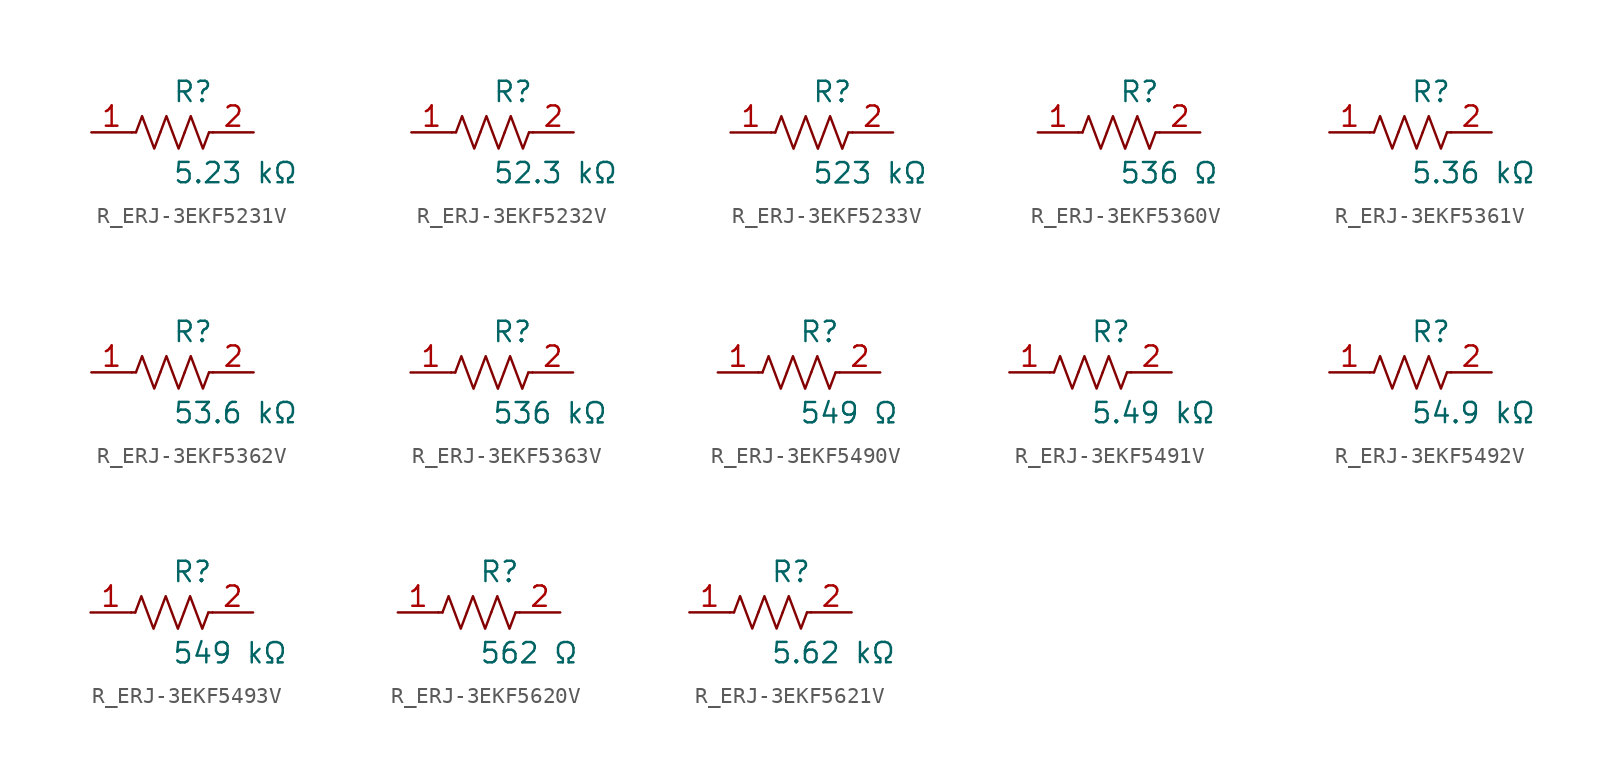
<source format=kicad_sym>
(kicad_symbol_lib
  (version 20231120)
  (generator "kicad_symbol_editor")
  (generator_version "8.0")
  (symbol "R_ERJ-3EKF5231V"
    (pin_names
      (offset 0.254))
    (property "Reference" "R"
      (at 0 2.54 0)
      (effects (font (size 1.27 1.27)) (justify left)))
    (property "Value" "5.23 kΩ"
      (at 0 -2.54 0)
      (effects (font (size 1.27 1.27)) (justify left)))
    (symbol "R_ERJ-3EKF5231V_0_1"
      (polyline (pts (xy 2.286 0) (xy 2.54 0)) (stroke (width 0) (type default)) (fill (type none)))
      (polyline (pts (xy -2.286 0) (xy -2.54 0)) (stroke (width 0) (type default)) (fill (type none)))
      (polyline (pts (xy 0.762 0) (xy 1.143 1.016) (xy 1.524 0) (xy 1.905 -1.016) (xy 2.286 0)) (stroke (width 0) (type default)) (fill (type none)))
      (polyline (pts (xy -0.762 0) (xy -0.381 1.016) (xy 0 0) (xy 0.381 -1.016) (xy 0.762 0)) (stroke (width 0) (type default)) (fill (type none)))
      (polyline (pts (xy -2.286 0) (xy -1.905 1.016) (xy -1.524 0) (xy -1.143 -1.016) (xy -0.762 0)) (stroke (width 0) (type default)) (fill (type none))))
    (pin unspecified line
      (at -5.08 0 0)
      (length 2.54)
      (name "" (effects (font (size 1.27 1.27))))
      (number "1" (effects (font (size 1.27 1.27)))))
    (pin unspecified line
      (at 5.08 0 180)
      (length 2.54)
      (name "" (effects (font (size 1.27 1.27))))
      (number "2" (effects (font (size 1.27 1.27))))))
  (symbol "R_ERJ-3EKF5232V"
    (pin_names
      (offset 0.254))
    (property "Reference" "R"
      (at 0 2.54 0)
      (effects (font (size 1.27 1.27)) (justify left)))
    (property "Value" "52.3 kΩ"
      (at 0 -2.54 0)
      (effects (font (size 1.27 1.27)) (justify left)))
    (symbol "R_ERJ-3EKF5232V_0_1"
      (polyline (pts (xy 2.286 0) (xy 2.54 0)) (stroke (width 0) (type default)) (fill (type none)))
      (polyline (pts (xy -2.286 0) (xy -2.54 0)) (stroke (width 0) (type default)) (fill (type none)))
      (polyline (pts (xy 0.762 0) (xy 1.143 1.016) (xy 1.524 0) (xy 1.905 -1.016) (xy 2.286 0)) (stroke (width 0) (type default)) (fill (type none)))
      (polyline (pts (xy -0.762 0) (xy -0.381 1.016) (xy 0 0) (xy 0.381 -1.016) (xy 0.762 0)) (stroke (width 0) (type default)) (fill (type none)))
      (polyline (pts (xy -2.286 0) (xy -1.905 1.016) (xy -1.524 0) (xy -1.143 -1.016) (xy -0.762 0)) (stroke (width 0) (type default)) (fill (type none))))
    (pin unspecified line
      (at -5.08 0 0)
      (length 2.54)
      (name "" (effects (font (size 1.27 1.27))))
      (number "1" (effects (font (size 1.27 1.27)))))
    (pin unspecified line
      (at 5.08 0 180)
      (length 2.54)
      (name "" (effects (font (size 1.27 1.27))))
      (number "2" (effects (font (size 1.27 1.27))))))
  (symbol "R_ERJ-3EKF5233V"
    (pin_names
      (offset 0.254))
    (property "Reference" "R"
      (at 0 2.54 0)
      (effects (font (size 1.27 1.27)) (justify left)))
    (property "Value" "523 kΩ"
      (at 0 -2.54 0)
      (effects (font (size 1.27 1.27)) (justify left)))
    (symbol "R_ERJ-3EKF5233V_0_1"
      (polyline (pts (xy 2.286 0) (xy 2.54 0)) (stroke (width 0) (type default)) (fill (type none)))
      (polyline (pts (xy -2.286 0) (xy -2.54 0)) (stroke (width 0) (type default)) (fill (type none)))
      (polyline (pts (xy 0.762 0) (xy 1.143 1.016) (xy 1.524 0) (xy 1.905 -1.016) (xy 2.286 0)) (stroke (width 0) (type default)) (fill (type none)))
      (polyline (pts (xy -0.762 0) (xy -0.381 1.016) (xy 0 0) (xy 0.381 -1.016) (xy 0.762 0)) (stroke (width 0) (type default)) (fill (type none)))
      (polyline (pts (xy -2.286 0) (xy -1.905 1.016) (xy -1.524 0) (xy -1.143 -1.016) (xy -0.762 0)) (stroke (width 0) (type default)) (fill (type none))))
    (pin unspecified line
      (at -5.08 0 0)
      (length 2.54)
      (name "" (effects (font (size 1.27 1.27))))
      (number "1" (effects (font (size 1.27 1.27)))))
    (pin unspecified line
      (at 5.08 0 180)
      (length 2.54)
      (name "" (effects (font (size 1.27 1.27))))
      (number "2" (effects (font (size 1.27 1.27))))))
  (symbol "R_ERJ-3EKF5360V"
    (pin_names
      (offset 0.254))
    (property "Reference" "R"
      (at 0 2.54 0)
      (effects (font (size 1.27 1.27)) (justify left)))
    (property "Value" "536 Ω"
      (at 0 -2.54 0)
      (effects (font (size 1.27 1.27)) (justify left)))
    (symbol "R_ERJ-3EKF5360V_0_1"
      (polyline (pts (xy 2.286 0) (xy 2.54 0)) (stroke (width 0) (type default)) (fill (type none)))
      (polyline (pts (xy -2.286 0) (xy -2.54 0)) (stroke (width 0) (type default)) (fill (type none)))
      (polyline (pts (xy 0.762 0) (xy 1.143 1.016) (xy 1.524 0) (xy 1.905 -1.016) (xy 2.286 0)) (stroke (width 0) (type default)) (fill (type none)))
      (polyline (pts (xy -0.762 0) (xy -0.381 1.016) (xy 0 0) (xy 0.381 -1.016) (xy 0.762 0)) (stroke (width 0) (type default)) (fill (type none)))
      (polyline (pts (xy -2.286 0) (xy -1.905 1.016) (xy -1.524 0) (xy -1.143 -1.016) (xy -0.762 0)) (stroke (width 0) (type default)) (fill (type none))))
    (pin unspecified line
      (at -5.08 0 0)
      (length 2.54)
      (name "" (effects (font (size 1.27 1.27))))
      (number "1" (effects (font (size 1.27 1.27)))))
    (pin unspecified line
      (at 5.08 0 180)
      (length 2.54)
      (name "" (effects (font (size 1.27 1.27))))
      (number "2" (effects (font (size 1.27 1.27))))))
  (symbol "R_ERJ-3EKF5361V"
    (pin_names
      (offset 0.254))
    (property "Reference" "R"
      (at 0 2.54 0)
      (effects (font (size 1.27 1.27)) (justify left)))
    (property "Value" "5.36 kΩ"
      (at 0 -2.54 0)
      (effects (font (size 1.27 1.27)) (justify left)))
    (symbol "R_ERJ-3EKF5361V_0_1"
      (polyline (pts (xy 2.286 0) (xy 2.54 0)) (stroke (width 0) (type default)) (fill (type none)))
      (polyline (pts (xy -2.286 0) (xy -2.54 0)) (stroke (width 0) (type default)) (fill (type none)))
      (polyline (pts (xy 0.762 0) (xy 1.143 1.016) (xy 1.524 0) (xy 1.905 -1.016) (xy 2.286 0)) (stroke (width 0) (type default)) (fill (type none)))
      (polyline (pts (xy -0.762 0) (xy -0.381 1.016) (xy 0 0) (xy 0.381 -1.016) (xy 0.762 0)) (stroke (width 0) (type default)) (fill (type none)))
      (polyline (pts (xy -2.286 0) (xy -1.905 1.016) (xy -1.524 0) (xy -1.143 -1.016) (xy -0.762 0)) (stroke (width 0) (type default)) (fill (type none))))
    (pin unspecified line
      (at -5.08 0 0)
      (length 2.54)
      (name "" (effects (font (size 1.27 1.27))))
      (number "1" (effects (font (size 1.27 1.27)))))
    (pin unspecified line
      (at 5.08 0 180)
      (length 2.54)
      (name "" (effects (font (size 1.27 1.27))))
      (number "2" (effects (font (size 1.27 1.27))))))
  (symbol "R_ERJ-3EKF5362V"
    (pin_names
      (offset 0.254))
    (property "Reference" "R"
      (at 0 2.54 0)
      (effects (font (size 1.27 1.27)) (justify left)))
    (property "Value" "53.6 kΩ"
      (at 0 -2.54 0)
      (effects (font (size 1.27 1.27)) (justify left)))
    (symbol "R_ERJ-3EKF5362V_0_1"
      (polyline (pts (xy 2.286 0) (xy 2.54 0)) (stroke (width 0) (type default)) (fill (type none)))
      (polyline (pts (xy -2.286 0) (xy -2.54 0)) (stroke (width 0) (type default)) (fill (type none)))
      (polyline (pts (xy 0.762 0) (xy 1.143 1.016) (xy 1.524 0) (xy 1.905 -1.016) (xy 2.286 0)) (stroke (width 0) (type default)) (fill (type none)))
      (polyline (pts (xy -0.762 0) (xy -0.381 1.016) (xy 0 0) (xy 0.381 -1.016) (xy 0.762 0)) (stroke (width 0) (type default)) (fill (type none)))
      (polyline (pts (xy -2.286 0) (xy -1.905 1.016) (xy -1.524 0) (xy -1.143 -1.016) (xy -0.762 0)) (stroke (width 0) (type default)) (fill (type none))))
    (pin unspecified line
      (at -5.08 0 0)
      (length 2.54)
      (name "" (effects (font (size 1.27 1.27))))
      (number "1" (effects (font (size 1.27 1.27)))))
    (pin unspecified line
      (at 5.08 0 180)
      (length 2.54)
      (name "" (effects (font (size 1.27 1.27))))
      (number "2" (effects (font (size 1.27 1.27))))))
  (symbol "R_ERJ-3EKF5363V"
    (pin_names
      (offset 0.254))
    (property "Reference" "R"
      (at 0 2.54 0)
      (effects (font (size 1.27 1.27)) (justify left)))
    (property "Value" "536 kΩ"
      (at 0 -2.54 0)
      (effects (font (size 1.27 1.27)) (justify left)))
    (symbol "R_ERJ-3EKF5363V_0_1"
      (polyline (pts (xy 2.286 0) (xy 2.54 0)) (stroke (width 0) (type default)) (fill (type none)))
      (polyline (pts (xy -2.286 0) (xy -2.54 0)) (stroke (width 0) (type default)) (fill (type none)))
      (polyline (pts (xy 0.762 0) (xy 1.143 1.016) (xy 1.524 0) (xy 1.905 -1.016) (xy 2.286 0)) (stroke (width 0) (type default)) (fill (type none)))
      (polyline (pts (xy -0.762 0) (xy -0.381 1.016) (xy 0 0) (xy 0.381 -1.016) (xy 0.762 0)) (stroke (width 0) (type default)) (fill (type none)))
      (polyline (pts (xy -2.286 0) (xy -1.905 1.016) (xy -1.524 0) (xy -1.143 -1.016) (xy -0.762 0)) (stroke (width 0) (type default)) (fill (type none))))
    (pin unspecified line
      (at -5.08 0 0)
      (length 2.54)
      (name "" (effects (font (size 1.27 1.27))))
      (number "1" (effects (font (size 1.27 1.27)))))
    (pin unspecified line
      (at 5.08 0 180)
      (length 2.54)
      (name "" (effects (font (size 1.27 1.27))))
      (number "2" (effects (font (size 1.27 1.27))))))
  (symbol "R_ERJ-3EKF5490V"
    (pin_names
      (offset 0.254))
    (property "Reference" "R"
      (at 0 2.54 0)
      (effects (font (size 1.27 1.27)) (justify left)))
    (property "Value" "549 Ω"
      (at 0 -2.54 0)
      (effects (font (size 1.27 1.27)) (justify left)))
    (symbol "R_ERJ-3EKF5490V_0_1"
      (polyline (pts (xy 2.286 0) (xy 2.54 0)) (stroke (width 0) (type default)) (fill (type none)))
      (polyline (pts (xy -2.286 0) (xy -2.54 0)) (stroke (width 0) (type default)) (fill (type none)))
      (polyline (pts (xy 0.762 0) (xy 1.143 1.016) (xy 1.524 0) (xy 1.905 -1.016) (xy 2.286 0)) (stroke (width 0) (type default)) (fill (type none)))
      (polyline (pts (xy -0.762 0) (xy -0.381 1.016) (xy 0 0) (xy 0.381 -1.016) (xy 0.762 0)) (stroke (width 0) (type default)) (fill (type none)))
      (polyline (pts (xy -2.286 0) (xy -1.905 1.016) (xy -1.524 0) (xy -1.143 -1.016) (xy -0.762 0)) (stroke (width 0) (type default)) (fill (type none))))
    (pin unspecified line
      (at -5.08 0 0)
      (length 2.54)
      (name "" (effects (font (size 1.27 1.27))))
      (number "1" (effects (font (size 1.27 1.27)))))
    (pin unspecified line
      (at 5.08 0 180)
      (length 2.54)
      (name "" (effects (font (size 1.27 1.27))))
      (number "2" (effects (font (size 1.27 1.27))))))
  (symbol "R_ERJ-3EKF5491V"
    (pin_names
      (offset 0.254))
    (property "Reference" "R"
      (at 0 2.54 0)
      (effects (font (size 1.27 1.27)) (justify left)))
    (property "Value" "5.49 kΩ"
      (at 0 -2.54 0)
      (effects (font (size 1.27 1.27)) (justify left)))
    (symbol "R_ERJ-3EKF5491V_0_1"
      (polyline (pts (xy 2.286 0) (xy 2.54 0)) (stroke (width 0) (type default)) (fill (type none)))
      (polyline (pts (xy -2.286 0) (xy -2.54 0)) (stroke (width 0) (type default)) (fill (type none)))
      (polyline (pts (xy 0.762 0) (xy 1.143 1.016) (xy 1.524 0) (xy 1.905 -1.016) (xy 2.286 0)) (stroke (width 0) (type default)) (fill (type none)))
      (polyline (pts (xy -0.762 0) (xy -0.381 1.016) (xy 0 0) (xy 0.381 -1.016) (xy 0.762 0)) (stroke (width 0) (type default)) (fill (type none)))
      (polyline (pts (xy -2.286 0) (xy -1.905 1.016) (xy -1.524 0) (xy -1.143 -1.016) (xy -0.762 0)) (stroke (width 0) (type default)) (fill (type none))))
    (pin unspecified line
      (at -5.08 0 0)
      (length 2.54)
      (name "" (effects (font (size 1.27 1.27))))
      (number "1" (effects (font (size 1.27 1.27)))))
    (pin unspecified line
      (at 5.08 0 180)
      (length 2.54)
      (name "" (effects (font (size 1.27 1.27))))
      (number "2" (effects (font (size 1.27 1.27))))))
  (symbol "R_ERJ-3EKF5492V"
    (pin_names
      (offset 0.254))
    (property "Reference" "R"
      (at 0 2.54 0)
      (effects (font (size 1.27 1.27)) (justify left)))
    (property "Value" "54.9 kΩ"
      (at 0 -2.54 0)
      (effects (font (size 1.27 1.27)) (justify left)))
    (symbol "R_ERJ-3EKF5492V_0_1"
      (polyline (pts (xy 2.286 0) (xy 2.54 0)) (stroke (width 0) (type default)) (fill (type none)))
      (polyline (pts (xy -2.286 0) (xy -2.54 0)) (stroke (width 0) (type default)) (fill (type none)))
      (polyline (pts (xy 0.762 0) (xy 1.143 1.016) (xy 1.524 0) (xy 1.905 -1.016) (xy 2.286 0)) (stroke (width 0) (type default)) (fill (type none)))
      (polyline (pts (xy -0.762 0) (xy -0.381 1.016) (xy 0 0) (xy 0.381 -1.016) (xy 0.762 0)) (stroke (width 0) (type default)) (fill (type none)))
      (polyline (pts (xy -2.286 0) (xy -1.905 1.016) (xy -1.524 0) (xy -1.143 -1.016) (xy -0.762 0)) (stroke (width 0) (type default)) (fill (type none))))
    (pin unspecified line
      (at -5.08 0 0)
      (length 2.54)
      (name "" (effects (font (size 1.27 1.27))))
      (number "1" (effects (font (size 1.27 1.27)))))
    (pin unspecified line
      (at 5.08 0 180)
      (length 2.54)
      (name "" (effects (font (size 1.27 1.27))))
      (number "2" (effects (font (size 1.27 1.27))))))
  (symbol "R_ERJ-3EKF5493V"
    (pin_names
      (offset 0.254))
    (property "Reference" "R"
      (at 0 2.54 0)
      (effects (font (size 1.27 1.27)) (justify left)))
    (property "Value" "549 kΩ"
      (at 0 -2.54 0)
      (effects (font (size 1.27 1.27)) (justify left)))
    (symbol "R_ERJ-3EKF5493V_0_1"
      (polyline (pts (xy 2.286 0) (xy 2.54 0)) (stroke (width 0) (type default)) (fill (type none)))
      (polyline (pts (xy -2.286 0) (xy -2.54 0)) (stroke (width 0) (type default)) (fill (type none)))
      (polyline (pts (xy 0.762 0) (xy 1.143 1.016) (xy 1.524 0) (xy 1.905 -1.016) (xy 2.286 0)) (stroke (width 0) (type default)) (fill (type none)))
      (polyline (pts (xy -0.762 0) (xy -0.381 1.016) (xy 0 0) (xy 0.381 -1.016) (xy 0.762 0)) (stroke (width 0) (type default)) (fill (type none)))
      (polyline (pts (xy -2.286 0) (xy -1.905 1.016) (xy -1.524 0) (xy -1.143 -1.016) (xy -0.762 0)) (stroke (width 0) (type default)) (fill (type none))))
    (pin unspecified line
      (at -5.08 0 0)
      (length 2.54)
      (name "" (effects (font (size 1.27 1.27))))
      (number "1" (effects (font (size 1.27 1.27)))))
    (pin unspecified line
      (at 5.08 0 180)
      (length 2.54)
      (name "" (effects (font (size 1.27 1.27))))
      (number "2" (effects (font (size 1.27 1.27))))))
  (symbol "R_ERJ-3EKF5620V"
    (pin_names
      (offset 0.254))
    (property "Reference" "R"
      (at 0 2.54 0)
      (effects (font (size 1.27 1.27)) (justify left)))
    (property "Value" "562 Ω"
      (at 0 -2.54 0)
      (effects (font (size 1.27 1.27)) (justify left)))
    (symbol "R_ERJ-3EKF5620V_0_1"
      (polyline (pts (xy 2.286 0) (xy 2.54 0)) (stroke (width 0) (type default)) (fill (type none)))
      (polyline (pts (xy -2.286 0) (xy -2.54 0)) (stroke (width 0) (type default)) (fill (type none)))
      (polyline (pts (xy 0.762 0) (xy 1.143 1.016) (xy 1.524 0) (xy 1.905 -1.016) (xy 2.286 0)) (stroke (width 0) (type default)) (fill (type none)))
      (polyline (pts (xy -0.762 0) (xy -0.381 1.016) (xy 0 0) (xy 0.381 -1.016) (xy 0.762 0)) (stroke (width 0) (type default)) (fill (type none)))
      (polyline (pts (xy -2.286 0) (xy -1.905 1.016) (xy -1.524 0) (xy -1.143 -1.016) (xy -0.762 0)) (stroke (width 0) (type default)) (fill (type none))))
    (pin unspecified line
      (at -5.08 0 0)
      (length 2.54)
      (name "" (effects (font (size 1.27 1.27))))
      (number "1" (effects (font (size 1.27 1.27)))))
    (pin unspecified line
      (at 5.08 0 180)
      (length 2.54)
      (name "" (effects (font (size 1.27 1.27))))
      (number "2" (effects (font (size 1.27 1.27))))))
  (symbol "R_ERJ-3EKF5621V"
    (pin_names
      (offset 0.254))
    (property "Reference" "R"
      (at 0 2.54 0)
      (effects (font (size 1.27 1.27)) (justify left)))
    (property "Value" "5.62 kΩ"
      (at 0 -2.54 0)
      (effects (font (size 1.27 1.27)) (justify left)))
    (symbol "R_ERJ-3EKF5621V_0_1"
      (polyline (pts (xy 2.286 0) (xy 2.54 0)) (stroke (width 0) (type default)) (fill (type none)))
      (polyline (pts (xy -2.286 0) (xy -2.54 0)) (stroke (width 0) (type default)) (fill (type none)))
      (polyline (pts (xy 0.762 0) (xy 1.143 1.016) (xy 1.524 0) (xy 1.905 -1.016) (xy 2.286 0)) (stroke (width 0) (type default)) (fill (type none)))
      (polyline (pts (xy -0.762 0) (xy -0.381 1.016) (xy 0 0) (xy 0.381 -1.016) (xy 0.762 0)) (stroke (width 0) (type default)) (fill (type none)))
      (polyline (pts (xy -2.286 0) (xy -1.905 1.016) (xy -1.524 0) (xy -1.143 -1.016) (xy -0.762 0)) (stroke (width 0) (type default)) (fill (type none))))
    (pin unspecified line
      (at -5.08 0 0)
      (length 2.54)
      (name "" (effects (font (size 1.27 1.27))))
      (number "1" (effects (font (size 1.27 1.27)))))
    (pin unspecified line
      (at 5.08 0 180)
      (length 2.54)
      (name "" (effects (font (size 1.27 1.27))))
      (number "2" (effects (font (size 1.27 1.27)))))))
</source>
